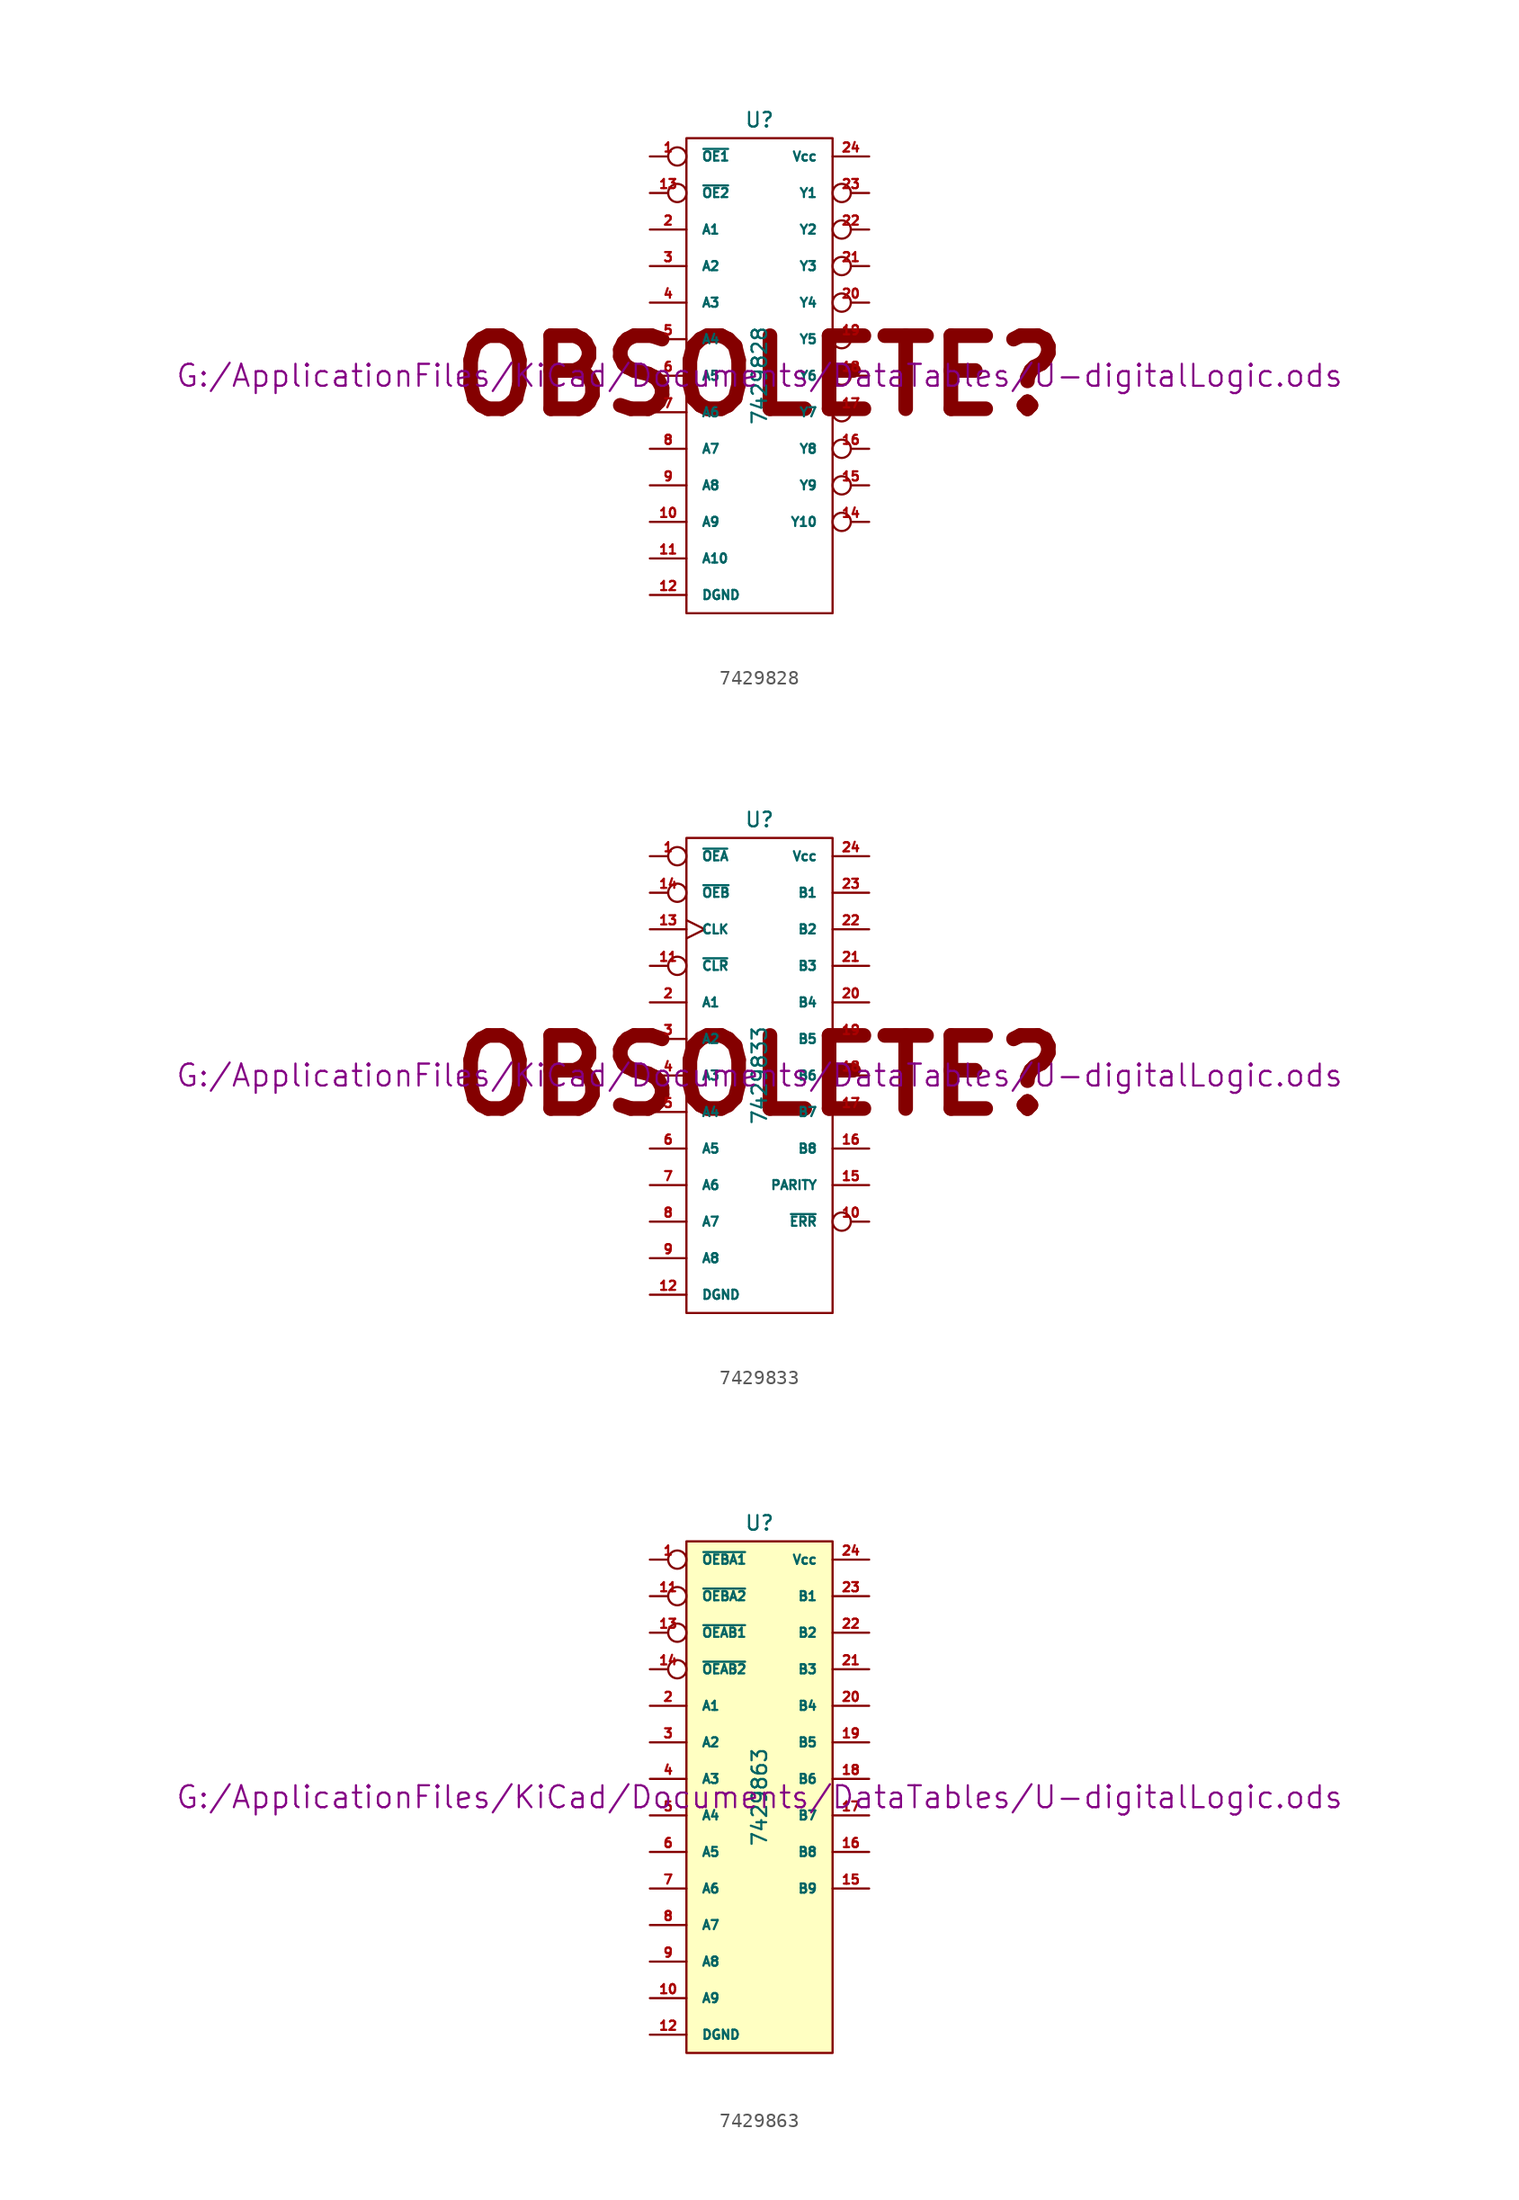
<source format=kicad_sym>
(kicad_symbol_lib
  (version 20211014)
  (generator kicad_symbol_editor)
  (symbol "7429828"
    (pin_names
      (offset 1.016))
    (property "Reference" "U"
      (at 0 17.78 0)
      (effects (font (size 1.016 1.016))))
    (property "Value" "7429828"
      (at 0 0 90)
      (effects (font (size 1.016 1.016))))
    (property "Footprint" ""
      (at 0 0 0)
      (effects (font (size 1.524 1.524))))
    (property "Datasheet" "G:/ApplicationFiles/KiCad/Documents/DataTables/U-digitalLogic.ods"
      (at 0 0 0)
      (effects (font (size 1.524 1.524))))
    (symbol "7429828_0_0"
      (text "OBSOLETE?" (at 0 0 0) (effects (font (size 5.08 5.08) bold))))
    (symbol "7429828_0_1"
      (rectangle (start -5.08 16.51) (end 5.08 -16.51) (stroke (width 0) (type default) (color 0 0 0 0)) (fill (type none))))
    (symbol "7429828_1_1"
      (pin input inverted (at -7.62 15.24 0) (length 2.54) (name "~{OE1}" (effects (font (size 0.635 0.635)))) (number "1" (effects (font (size 0.635 0.635)))))
      (pin input line (at -7.62 -10.16 0) (length 2.54) (name "A9" (effects (font (size 0.635 0.635)))) (number "10" (effects (font (size 0.635 0.635)))))
      (pin input line (at -7.62 -12.7 0) (length 2.54) (name "A10" (effects (font (size 0.635 0.635)))) (number "11" (effects (font (size 0.635 0.635)))))
      (pin power_in line (at -7.62 -15.24 0) (length 2.54) (name "DGND" (effects (font (size 0.635 0.635)))) (number "12" (effects (font (size 0.635 0.635)))))
      (pin input inverted (at -7.62 12.7 0) (length 2.54) (name "~{OE2}" (effects (font (size 0.635 0.635)))) (number "13" (effects (font (size 0.635 0.635)))))
      (pin tri_state inverted (at 7.62 -10.16 180) (length 2.54) (name "Y10" (effects (font (size 0.635 0.635)))) (number "14" (effects (font (size 0.635 0.635)))))
      (pin tri_state inverted (at 7.62 -7.62 180) (length 2.54) (name "Y9" (effects (font (size 0.635 0.635)))) (number "15" (effects (font (size 0.635 0.635)))))
      (pin tri_state inverted (at 7.62 -5.08 180) (length 2.54) (name "Y8" (effects (font (size 0.635 0.635)))) (number "16" (effects (font (size 0.635 0.635)))))
      (pin tri_state inverted (at 7.62 -2.54 180) (length 2.54) (name "Y7" (effects (font (size 0.635 0.635)))) (number "17" (effects (font (size 0.635 0.635)))))
      (pin tri_state inverted (at 7.62 0 180) (length 2.54) (name "Y6" (effects (font (size 0.635 0.635)))) (number "18" (effects (font (size 0.635 0.635)))))
      (pin tri_state inverted (at 7.62 2.54 180) (length 2.54) (name "Y5" (effects (font (size 0.635 0.635)))) (number "19" (effects (font (size 0.635 0.635)))))
      (pin input line (at -7.62 10.16 0) (length 2.54) (name "A1" (effects (font (size 0.635 0.635)))) (number "2" (effects (font (size 0.635 0.635)))))
      (pin tri_state inverted (at 7.62 5.08 180) (length 2.54) (name "Y4" (effects (font (size 0.635 0.635)))) (number "20" (effects (font (size 0.635 0.635)))))
      (pin tri_state inverted (at 7.62 7.62 180) (length 2.54) (name "Y3" (effects (font (size 0.635 0.635)))) (number "21" (effects (font (size 0.635 0.635)))))
      (pin tri_state inverted (at 7.62 10.16 180) (length 2.54) (name "Y2" (effects (font (size 0.635 0.635)))) (number "22" (effects (font (size 0.635 0.635)))))
      (pin tri_state inverted (at 7.62 12.7 180) (length 2.54) (name "Y1" (effects (font (size 0.635 0.635)))) (number "23" (effects (font (size 0.635 0.635)))))
      (pin power_in line (at 7.62 15.24 180) (length 2.54) (name "Vcc" (effects (font (size 0.635 0.635)))) (number "24" (effects (font (size 0.635 0.635)))))
      (pin input line (at -7.62 7.62 0) (length 2.54) (name "A2" (effects (font (size 0.635 0.635)))) (number "3" (effects (font (size 0.635 0.635)))))
      (pin input line (at -7.62 5.08 0) (length 2.54) (name "A3" (effects (font (size 0.635 0.635)))) (number "4" (effects (font (size 0.635 0.635)))))
      (pin input line (at -7.62 2.54 0) (length 2.54) (name "A4" (effects (font (size 0.635 0.635)))) (number "5" (effects (font (size 0.635 0.635)))))
      (pin input line (at -7.62 0 0) (length 2.54) (name "A5" (effects (font (size 0.635 0.635)))) (number "6" (effects (font (size 0.635 0.635)))))
      (pin input line (at -7.62 -2.54 0) (length 2.54) (name "A6" (effects (font (size 0.635 0.635)))) (number "7" (effects (font (size 0.635 0.635)))))
      (pin input line (at -7.62 -5.08 0) (length 2.54) (name "A7" (effects (font (size 0.635 0.635)))) (number "8" (effects (font (size 0.635 0.635)))))
      (pin input line (at -7.62 -7.62 0) (length 2.54) (name "A8" (effects (font (size 0.635 0.635)))) (number "9" (effects (font (size 0.635 0.635)))))))
  (symbol "7429833"
    (pin_names
      (offset 1.016))
    (property "Reference" "U"
      (at 0 17.78 0)
      (effects (font (size 1.016 1.016))))
    (property "Value" "7429833"
      (at 0 0 90)
      (effects (font (size 1.016 1.016))))
    (property "Footprint" ""
      (at 0 0 0)
      (effects (font (size 1.524 1.524))))
    (property "Datasheet" "G:/ApplicationFiles/KiCad/Documents/DataTables/U-digitalLogic.ods"
      (at 0 0 0)
      (effects (font (size 1.524 1.524))))
    (symbol "7429833_0_0"
      (text "OBSOLETE?" (at 0 0 0) (effects (font (size 5.08 5.08) bold))))
    (symbol "7429833_0_1"
      (rectangle (start -5.08 16.51) (end 5.08 -16.51) (stroke (width 0) (type default) (color 0 0 0 0)) (fill (type none))))
    (symbol "7429833_1_1"
      (pin input inverted (at -7.62 15.24 0) (length 2.54) (name "~{OEA}" (effects (font (size 0.635 0.635)))) (number "1" (effects (font (size 0.635 0.635)))))
      (pin output inverted (at 7.62 -10.16 180) (length 2.54) (name "~{ERR}" (effects (font (size 0.635 0.635)))) (number "10" (effects (font (size 0.635 0.635)))))
      (pin input inverted (at -7.62 7.62 0) (length 2.54) (name "~{CLR}" (effects (font (size 0.635 0.635)))) (number "11" (effects (font (size 0.635 0.635)))))
      (pin power_in line (at -7.62 -15.24 0) (length 2.54) (name "DGND" (effects (font (size 0.635 0.635)))) (number "12" (effects (font (size 0.635 0.635)))))
      (pin input clock (at -7.62 10.16 0) (length 2.54) (name "CLK" (effects (font (size 0.635 0.635)))) (number "13" (effects (font (size 0.635 0.635)))))
      (pin input inverted (at -7.62 12.7 0) (length 2.54) (name "~{OEB}" (effects (font (size 0.635 0.635)))) (number "14" (effects (font (size 0.635 0.635)))))
      (pin output line (at 7.62 -7.62 180) (length 2.54) (name "PARITY" (effects (font (size 0.635 0.635)))) (number "15" (effects (font (size 0.635 0.635)))))
      (pin bidirectional line (at 7.62 -5.08 180) (length 2.54) (name "B8" (effects (font (size 0.635 0.635)))) (number "16" (effects (font (size 0.635 0.635)))))
      (pin bidirectional line (at 7.62 -2.54 180) (length 2.54) (name "B7" (effects (font (size 0.635 0.635)))) (number "17" (effects (font (size 0.635 0.635)))))
      (pin bidirectional line (at 7.62 0 180) (length 2.54) (name "B6" (effects (font (size 0.635 0.635)))) (number "18" (effects (font (size 0.635 0.635)))))
      (pin bidirectional line (at 7.62 2.54 180) (length 2.54) (name "B5" (effects (font (size 0.635 0.635)))) (number "19" (effects (font (size 0.635 0.635)))))
      (pin bidirectional line (at -7.62 5.08 0) (length 2.54) (name "A1" (effects (font (size 0.635 0.635)))) (number "2" (effects (font (size 0.635 0.635)))))
      (pin bidirectional line (at 7.62 5.08 180) (length 2.54) (name "B4" (effects (font (size 0.635 0.635)))) (number "20" (effects (font (size 0.635 0.635)))))
      (pin bidirectional line (at 7.62 7.62 180) (length 2.54) (name "B3" (effects (font (size 0.635 0.635)))) (number "21" (effects (font (size 0.635 0.635)))))
      (pin bidirectional line (at 7.62 10.16 180) (length 2.54) (name "B2" (effects (font (size 0.635 0.635)))) (number "22" (effects (font (size 0.635 0.635)))))
      (pin bidirectional line (at 7.62 12.7 180) (length 2.54) (name "B1" (effects (font (size 0.635 0.635)))) (number "23" (effects (font (size 0.635 0.635)))))
      (pin power_in line (at 7.62 15.24 180) (length 2.54) (name "Vcc" (effects (font (size 0.635 0.635)))) (number "24" (effects (font (size 0.635 0.635)))))
      (pin bidirectional line (at -7.62 2.54 0) (length 2.54) (name "A2" (effects (font (size 0.635 0.635)))) (number "3" (effects (font (size 0.635 0.635)))))
      (pin bidirectional line (at -7.62 0 0) (length 2.54) (name "A3" (effects (font (size 0.635 0.635)))) (number "4" (effects (font (size 0.635 0.635)))))
      (pin bidirectional line (at -7.62 -2.54 0) (length 2.54) (name "A4" (effects (font (size 0.635 0.635)))) (number "5" (effects (font (size 0.635 0.635)))))
      (pin bidirectional line (at -7.62 -5.08 0) (length 2.54) (name "A5" (effects (font (size 0.635 0.635)))) (number "6" (effects (font (size 0.635 0.635)))))
      (pin bidirectional line (at -7.62 -7.62 0) (length 2.54) (name "A6" (effects (font (size 0.635 0.635)))) (number "7" (effects (font (size 0.635 0.635)))))
      (pin bidirectional line (at -7.62 -10.16 0) (length 2.54) (name "A7" (effects (font (size 0.635 0.635)))) (number "8" (effects (font (size 0.635 0.635)))))
      (pin bidirectional line (at -7.62 -12.7 0) (length 2.54) (name "A8" (effects (font (size 0.635 0.635)))) (number "9" (effects (font (size 0.635 0.635)))))))
  (symbol "7429863"
    (pin_names
      (offset 1.016))
    (property "Reference" "U"
      (at 0 19.05 0)
      (effects (font (size 1.016 1.016))))
    (property "Value" "7429863"
      (at 0 0 90)
      (effects (font (size 1.016 1.016))))
    (property "Footprint" ""
      (at 0 0 0)
      (effects (font (size 1.524 1.524))))
    (property "Datasheet" "G:/ApplicationFiles/KiCad/Documents/DataTables/U-digitalLogic.ods"
      (at 0 0 0)
      (effects (font (size 1.524 1.524))))
    (symbol "7429863_0_1"
      (rectangle (start -5.08 17.78) (end 5.08 -17.78) (stroke (width 0) (type default) (color 0 0 0 0)) (fill (type background))))
    (symbol "7429863_1_1"
      (pin input inverted (at -7.62 16.51 0) (length 2.54) (name "~{OEBA1}" (effects (font (size 0.635 0.635)))) (number "1" (effects (font (size 0.635 0.635)))))
      (pin tri_state line (at -7.62 -13.97 0) (length 2.54) (name "A9" (effects (font (size 0.635 0.635)))) (number "10" (effects (font (size 0.635 0.635)))))
      (pin input inverted (at -7.62 13.97 0) (length 2.54) (name "~{OEBA2}" (effects (font (size 0.635 0.635)))) (number "11" (effects (font (size 0.635 0.635)))))
      (pin power_in line (at -7.62 -16.51 0) (length 2.54) (name "DGND" (effects (font (size 0.635 0.635)))) (number "12" (effects (font (size 0.635 0.635)))))
      (pin input inverted (at -7.62 11.43 0) (length 2.54) (name "~{OEAB1}" (effects (font (size 0.635 0.635)))) (number "13" (effects (font (size 0.635 0.635)))))
      (pin input inverted (at -7.62 8.89 0) (length 2.54) (name "~{OEAB2}" (effects (font (size 0.635 0.635)))) (number "14" (effects (font (size 0.635 0.635)))))
      (pin tri_state line (at 7.62 -6.35 180) (length 2.54) (name "B9" (effects (font (size 0.635 0.635)))) (number "15" (effects (font (size 0.635 0.635)))))
      (pin tri_state line (at 7.62 -3.81 180) (length 2.54) (name "B8" (effects (font (size 0.635 0.635)))) (number "16" (effects (font (size 0.635 0.635)))))
      (pin tri_state line (at 7.62 -1.27 180) (length 2.54) (name "B7" (effects (font (size 0.635 0.635)))) (number "17" (effects (font (size 0.635 0.635)))))
      (pin tri_state line (at 7.62 1.27 180) (length 2.54) (name "B6" (effects (font (size 0.635 0.635)))) (number "18" (effects (font (size 0.635 0.635)))))
      (pin tri_state line (at 7.62 3.81 180) (length 2.54) (name "B5" (effects (font (size 0.635 0.635)))) (number "19" (effects (font (size 0.635 0.635)))))
      (pin tri_state line (at -7.62 6.35 0) (length 2.54) (name "A1" (effects (font (size 0.635 0.635)))) (number "2" (effects (font (size 0.635 0.635)))))
      (pin tri_state line (at 7.62 6.35 180) (length 2.54) (name "B4" (effects (font (size 0.635 0.635)))) (number "20" (effects (font (size 0.635 0.635)))))
      (pin tri_state line (at 7.62 8.89 180) (length 2.54) (name "B3" (effects (font (size 0.635 0.635)))) (number "21" (effects (font (size 0.635 0.635)))))
      (pin tri_state line (at 7.62 11.43 180) (length 2.54) (name "B2" (effects (font (size 0.635 0.635)))) (number "22" (effects (font (size 0.635 0.635)))))
      (pin tri_state line (at 7.62 13.97 180) (length 2.54) (name "B1" (effects (font (size 0.635 0.635)))) (number "23" (effects (font (size 0.635 0.635)))))
      (pin power_in line (at 7.62 16.51 180) (length 2.54) (name "Vcc" (effects (font (size 0.635 0.635)))) (number "24" (effects (font (size 0.635 0.635)))))
      (pin tri_state line (at -7.62 3.81 0) (length 2.54) (name "A2" (effects (font (size 0.635 0.635)))) (number "3" (effects (font (size 0.635 0.635)))))
      (pin tri_state line (at -7.62 1.27 0) (length 2.54) (name "A3" (effects (font (size 0.635 0.635)))) (number "4" (effects (font (size 0.635 0.635)))))
      (pin tri_state line (at -7.62 -1.27 0) (length 2.54) (name "A4" (effects (font (size 0.635 0.635)))) (number "5" (effects (font (size 0.635 0.635)))))
      (pin tri_state line (at -7.62 -3.81 0) (length 2.54) (name "A5" (effects (font (size 0.635 0.635)))) (number "6" (effects (font (size 0.635 0.635)))))
      (pin tri_state line (at -7.62 -6.35 0) (length 2.54) (name "A6" (effects (font (size 0.635 0.635)))) (number "7" (effects (font (size 0.635 0.635)))))
      (pin tri_state line (at -7.62 -8.89 0) (length 2.54) (name "A7" (effects (font (size 0.635 0.635)))) (number "8" (effects (font (size 0.635 0.635)))))
      (pin tri_state line (at -7.62 -11.43 0) (length 2.54) (name "A8" (effects (font (size 0.635 0.635)))) (number "9" (effects (font (size 0.635 0.635))))))))
</source>
